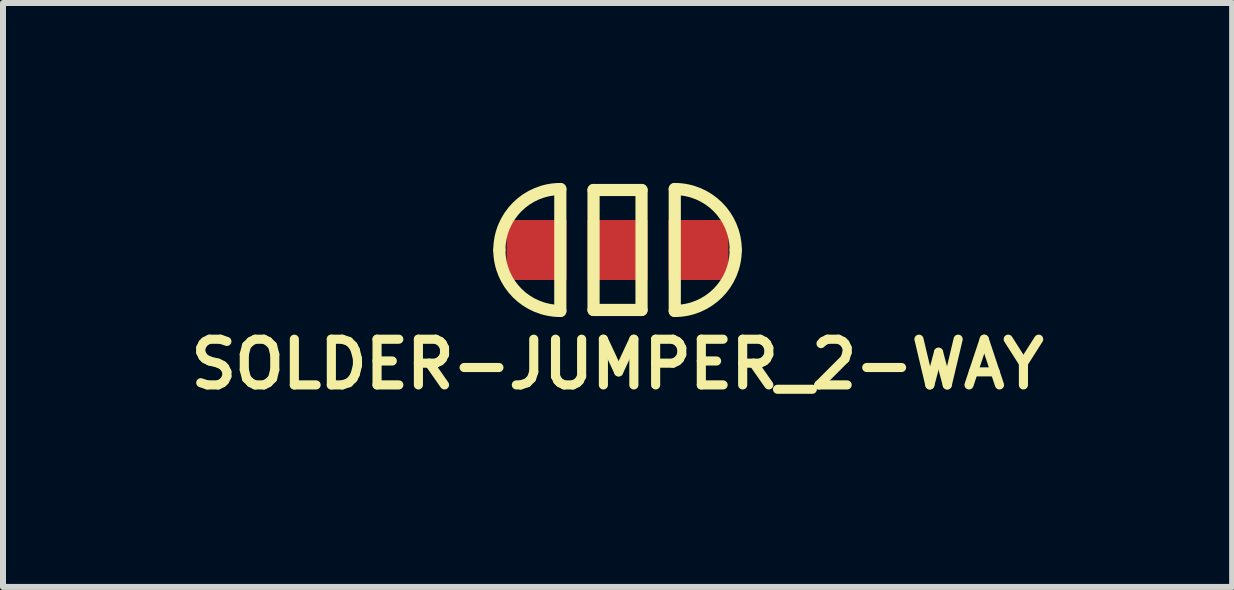
<source format=kicad_pcb>
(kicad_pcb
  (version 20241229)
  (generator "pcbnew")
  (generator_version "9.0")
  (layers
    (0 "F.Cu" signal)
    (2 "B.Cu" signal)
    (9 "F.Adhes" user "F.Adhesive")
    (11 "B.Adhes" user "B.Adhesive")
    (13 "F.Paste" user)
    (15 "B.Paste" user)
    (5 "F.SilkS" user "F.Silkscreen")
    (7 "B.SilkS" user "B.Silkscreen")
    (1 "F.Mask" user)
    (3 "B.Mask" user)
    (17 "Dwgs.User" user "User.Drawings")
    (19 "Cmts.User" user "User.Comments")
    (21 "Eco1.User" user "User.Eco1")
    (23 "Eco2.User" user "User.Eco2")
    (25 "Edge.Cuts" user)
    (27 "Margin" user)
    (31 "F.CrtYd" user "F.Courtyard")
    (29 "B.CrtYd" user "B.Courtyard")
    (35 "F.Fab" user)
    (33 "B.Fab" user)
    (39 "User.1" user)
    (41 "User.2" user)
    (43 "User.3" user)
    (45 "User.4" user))
  (footprint "SOLDER-JUMPER_2-WAY"
    (layer "F.Cu")
    (at 7.246 1.118)
    (property "Reference" "SOLDER-JUMPER_2-WAY" (at 0 1.905 0) (layer "F.SilkS") (effects (font (size 0.762 0.762) (thickness 0.152))))
    (attr through_hole)
    (fp_line (start -0.954 -1.016) (end -0.954 1.016) (stroke (width 0.203) (type solid)) (layer "F.SilkS"))
    (fp_line (start -0.4 -1) (end -0.4 1) (stroke (width 0.203) (type solid)) (layer "F.SilkS"))
    (fp_line (start -0.4 1) (end 0.4 1) (stroke (width 0.203) (type solid)) (layer "F.SilkS"))
    (fp_line (start 0.4 -1) (end -0.4 -1) (stroke (width 0.203) (type solid)) (layer "F.SilkS"))
    (fp_line (start 0.4 1) (end 0.4 -1) (stroke (width 0.203) (type solid)) (layer "F.SilkS"))
    (fp_line (start 0.954 1.016) (end 0.954 -1.016) (stroke (width 0.203) (type solid)) (layer "F.SilkS"))
    (fp_arc (start -1.97 0) (mid -1.67242 -0.71842) (end -0.954 -1.016) (stroke (width 0.2032) (type solid)) (layer "F.SilkS"))
    (fp_arc (start -0.954 1.016) (mid -1.67242 0.71842) (end -1.97 0) (stroke (width 0.2032) (type solid)) (layer "F.SilkS"))
    (fp_arc (start 0.954 -1.016) (mid 1.67242 -0.71842) (end 1.97 0) (stroke (width 0.2032) (type solid)) (layer "F.SilkS"))
    (fp_arc (start 1.97 0) (mid 1.67242 0.71842) (end 0.954 1.016) (stroke (width 0.2032) (type solid)) (layer "F.SilkS"))
    (pad "1" smd rect (at -1.35 0) (size 1 1) (layers "F.Cu" "F.Mask" "F.Paste"))
    (pad "2" smd rect (at 0 0) (size 1 1) (layers "F.Cu" "F.Mask" "F.Paste"))
    (pad "3" smd rect (at 1.35 0) (size 1 1) (layers "F.Cu" "F.Mask" "F.Paste")))
  (gr_rect
    (start -3 -3)
    (end 17.493 6.736)
    (stroke (width 0.1) (type default))
    (fill no)
    (layer "Edge.Cuts")))
</source>
